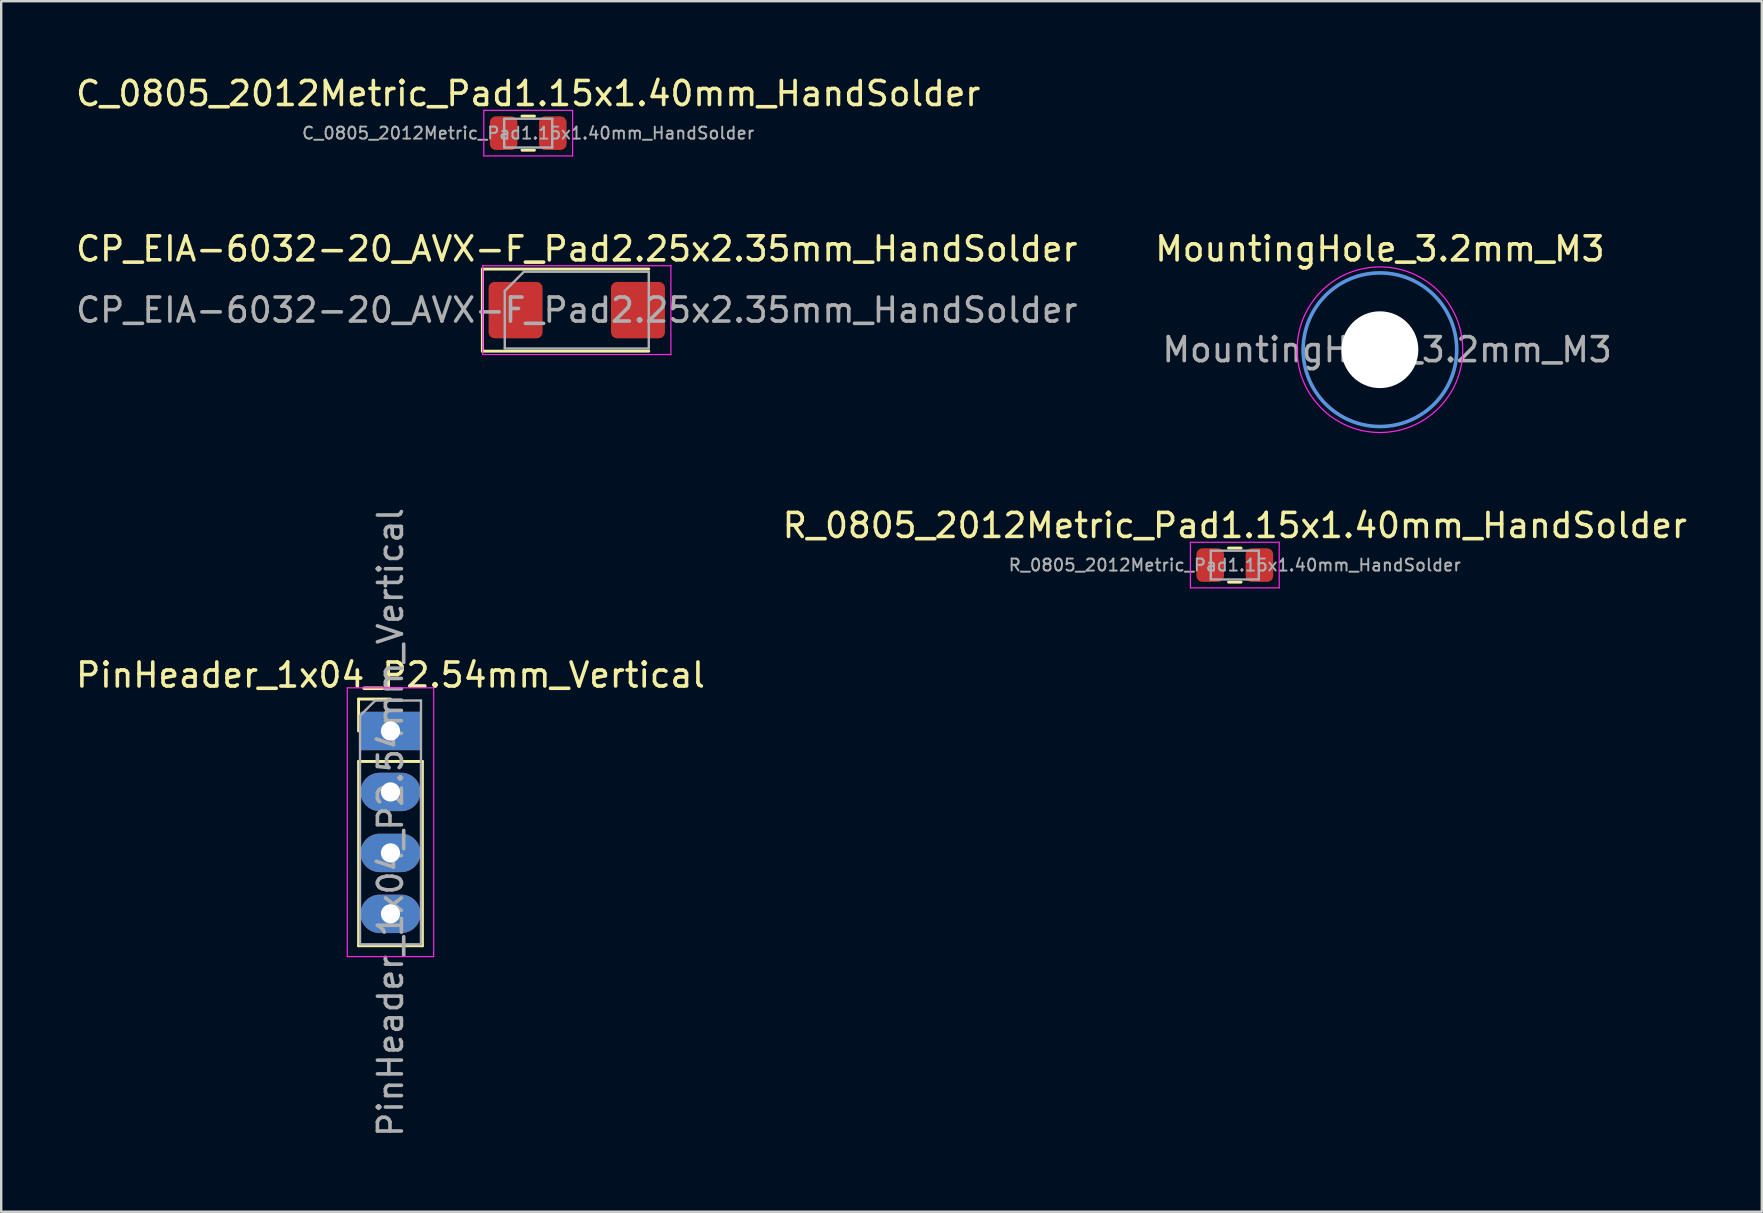
<source format=kicad_pcb>
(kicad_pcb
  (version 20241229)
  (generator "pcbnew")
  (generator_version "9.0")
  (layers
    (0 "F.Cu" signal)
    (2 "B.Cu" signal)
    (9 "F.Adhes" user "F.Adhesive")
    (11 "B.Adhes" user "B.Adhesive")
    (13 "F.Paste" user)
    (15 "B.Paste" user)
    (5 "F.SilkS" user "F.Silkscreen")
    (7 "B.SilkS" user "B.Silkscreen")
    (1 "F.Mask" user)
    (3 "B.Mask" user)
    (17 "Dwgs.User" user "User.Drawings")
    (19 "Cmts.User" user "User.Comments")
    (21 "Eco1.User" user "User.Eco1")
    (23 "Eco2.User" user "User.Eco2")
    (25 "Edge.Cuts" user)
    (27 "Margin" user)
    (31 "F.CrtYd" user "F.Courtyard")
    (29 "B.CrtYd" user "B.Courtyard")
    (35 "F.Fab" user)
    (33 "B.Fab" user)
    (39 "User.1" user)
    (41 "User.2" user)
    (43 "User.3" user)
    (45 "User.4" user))
  (footprint "CP_EIA-6032-20_AVX-F_Pad2.25x2.35mm_HandSolder"
    (layer "F.Cu")
    (at 20.982 9.871)
    (property "Reference" "CP_EIA-6032-20_AVX-F_Pad2.25x2.35mm_HandSolder" (at 0 -2.55 180) (layer "F.SilkS") (effects (font (size 1 1) (thickness 0.15))))
    (attr smd)
    (fp_line (start -3.935 -1.71) (end -3.935 1.71) (stroke (width 0.12) (type solid)) (layer "F.SilkS"))
    (fp_line (start -3.935 1.71) (end 3 1.71) (stroke (width 0.12) (type solid)) (layer "F.SilkS"))
    (fp_line (start 3 -1.71) (end -3.935 -1.71) (stroke (width 0.12) (type solid)) (layer "F.SilkS"))
    (fp_line (start -3.92 -1.85) (end 3.92 -1.85) (stroke (width 0.05) (type solid)) (layer "F.CrtYd"))
    (fp_line (start -3.92 1.85) (end -3.92 -1.85) (stroke (width 0.05) (type solid)) (layer "F.CrtYd"))
    (fp_line (start 3.92 -1.85) (end 3.92 1.85) (stroke (width 0.05) (type solid)) (layer "F.CrtYd"))
    (fp_line (start 3.92 1.85) (end -3.92 1.85) (stroke (width 0.05) (type solid)) (layer "F.CrtYd"))
    (fp_line (start -3 -0.8) (end -3 1.6) (stroke (width 0.1) (type solid)) (layer "F.Fab"))
    (fp_line (start -3 1.6) (end 3 1.6) (stroke (width 0.1) (type solid)) (layer "F.Fab"))
    (fp_line (start -2.2 -1.6) (end -3 -0.8) (stroke (width 0.1) (type solid)) (layer "F.Fab"))
    (fp_line (start 3 -1.6) (end -2.2 -1.6) (stroke (width 0.1) (type solid)) (layer "F.Fab"))
    (fp_line (start 3 1.6) (end 3 -1.6) (stroke (width 0.1) (type solid)) (layer "F.Fab"))
    (fp_text user "${REFERENCE}" (at 0 0 180) (layer "F.Fab") (effects (font (size 1 1) (thickness 0.15))))
    (pad "1" smd roundrect (at -2.55 0) (size 2.25 2.35) (layers "F.Cu" "F.Mask" "F.Paste") (roundrect_rratio 0.111))
    (pad "2" smd roundrect (at 2.55 0) (size 2.25 2.35) (layers "F.Cu" "F.Mask" "F.Paste") (roundrect_rratio 0.111)))
  (footprint "R_0805_2012Metric_Pad1.15x1.40mm_HandSolder"
    (layer "F.Cu")
    (at 48.399 20.495)
    (property "Reference" "R_0805_2012Metric_Pad1.15x1.40mm_HandSolder" (at 0 -1.65 180) (layer "F.SilkS") (effects (font (size 1 1) (thickness 0.15))))
    (attr smd)
    (fp_line (start -0.261 -0.71) (end 0.261 -0.71) (stroke (width 0.12) (type solid)) (layer "F.SilkS"))
    (fp_line (start -0.261 0.71) (end 0.261 0.71) (stroke (width 0.12) (type solid)) (layer "F.SilkS"))
    (fp_line (start -1.85 -0.95) (end 1.85 -0.95) (stroke (width 0.05) (type solid)) (layer "F.CrtYd"))
    (fp_line (start -1.85 0.95) (end -1.85 -0.95) (stroke (width 0.05) (type solid)) (layer "F.CrtYd"))
    (fp_line (start 1.85 -0.95) (end 1.85 0.95) (stroke (width 0.05) (type solid)) (layer "F.CrtYd"))
    (fp_line (start 1.85 0.95) (end -1.85 0.95) (stroke (width 0.05) (type solid)) (layer "F.CrtYd"))
    (fp_line (start -1 -0.6) (end 1 -0.6) (stroke (width 0.1) (type solid)) (layer "F.Fab"))
    (fp_line (start -1 0.6) (end -1 -0.6) (stroke (width 0.1) (type solid)) (layer "F.Fab"))
    (fp_line (start 1 -0.6) (end 1 0.6) (stroke (width 0.1) (type solid)) (layer "F.Fab"))
    (fp_line (start 1 0.6) (end -1 0.6) (stroke (width 0.1) (type solid)) (layer "F.Fab"))
    (fp_text user "${REFERENCE}" (at 0 0 180) (layer "F.Fab") (effects (font (size 0.5 0.5) (thickness 0.08))))
    (pad "1" smd roundrect (at -1.025 0) (size 1.15 1.4) (layers "F.Cu" "F.Mask" "F.Paste") (roundrect_rratio 0.217))
    (pad "2" smd roundrect (at 1.025 0) (size 1.15 1.4) (layers "F.Cu" "F.Mask" "F.Paste") (roundrect_rratio 0.217)))
  (footprint "C_0805_2012Metric_Pad1.15x1.40mm_HandSolder"
    (layer "F.Cu")
    (at 18.958 2.498)
    (property "Reference" "C_0805_2012Metric_Pad1.15x1.40mm_HandSolder" (at 0 -1.65 180) (layer "F.SilkS") (effects (font (size 1 1) (thickness 0.15))))
    (attr smd)
    (fp_line (start -0.261 -0.71) (end 0.261 -0.71) (stroke (width 0.12) (type solid)) (layer "F.SilkS"))
    (fp_line (start -0.261 0.71) (end 0.261 0.71) (stroke (width 0.12) (type solid)) (layer "F.SilkS"))
    (fp_line (start -1.85 -0.95) (end 1.85 -0.95) (stroke (width 0.05) (type solid)) (layer "F.CrtYd"))
    (fp_line (start -1.85 0.95) (end -1.85 -0.95) (stroke (width 0.05) (type solid)) (layer "F.CrtYd"))
    (fp_line (start 1.85 -0.95) (end 1.85 0.95) (stroke (width 0.05) (type solid)) (layer "F.CrtYd"))
    (fp_line (start 1.85 0.95) (end -1.85 0.95) (stroke (width 0.05) (type solid)) (layer "F.CrtYd"))
    (fp_line (start -1 -0.6) (end 1 -0.6) (stroke (width 0.1) (type solid)) (layer "F.Fab"))
    (fp_line (start -1 0.6) (end -1 -0.6) (stroke (width 0.1) (type solid)) (layer "F.Fab"))
    (fp_line (start 1 -0.6) (end 1 0.6) (stroke (width 0.1) (type solid)) (layer "F.Fab"))
    (fp_line (start 1 0.6) (end -1 0.6) (stroke (width 0.1) (type solid)) (layer "F.Fab"))
    (fp_text user "${REFERENCE}" (at 0 0 180) (layer "F.Fab") (effects (font (size 0.5 0.5) (thickness 0.08))))
    (pad "1" smd roundrect (at -1.025 0) (size 1.15 1.4) (layers "F.Cu" "F.Mask" "F.Paste") (roundrect_rratio 0.217))
    (pad "2" smd roundrect (at 1.025 0) (size 1.15 1.4) (layers "F.Cu" "F.Mask" "F.Paste") (roundrect_rratio 0.217)))
  (footprint "PinHeader_1x04_P2.54mm_Vertical"
    (layer "F.Cu")
    (at 13.22 27.407)
    (property "Reference" "PinHeader_1x04_P2.54mm_Vertical" (at 0 -2.33 180) (layer "F.SilkS") (effects (font (size 1 1) (thickness 0.15))))
    (attr through_hole)
    (fp_line (start -1.33 -1.33) (end 0 -1.33) (stroke (width 0.12) (type solid)) (layer "F.SilkS"))
    (fp_line (start -1.33 0) (end -1.33 -1.33) (stroke (width 0.12) (type solid)) (layer "F.SilkS"))
    (fp_line (start -1.33 1.27) (end -1.33 8.95) (stroke (width 0.12) (type solid)) (layer "F.SilkS"))
    (fp_line (start -1.33 1.27) (end 1.33 1.27) (stroke (width 0.12) (type solid)) (layer "F.SilkS"))
    (fp_line (start -1.33 8.95) (end 1.33 8.95) (stroke (width 0.12) (type solid)) (layer "F.SilkS"))
    (fp_line (start 1.33 1.27) (end 1.33 8.95) (stroke (width 0.12) (type solid)) (layer "F.SilkS"))
    (fp_line (start -1.8 -1.8) (end -1.8 9.4) (stroke (width 0.05) (type solid)) (layer "F.CrtYd"))
    (fp_line (start -1.8 9.4) (end 1.8 9.4) (stroke (width 0.05) (type solid)) (layer "F.CrtYd"))
    (fp_line (start 1.8 -1.8) (end -1.8 -1.8) (stroke (width 0.05) (type solid)) (layer "F.CrtYd"))
    (fp_line (start 1.8 9.4) (end 1.8 -1.8) (stroke (width 0.05) (type solid)) (layer "F.CrtYd"))
    (fp_line (start -1.27 -0.635) (end -0.635 -1.27) (stroke (width 0.1) (type solid)) (layer "F.Fab"))
    (fp_line (start -1.27 8.89) (end -1.27 -0.635) (stroke (width 0.1) (type solid)) (layer "F.Fab"))
    (fp_line (start -0.635 -1.27) (end 1.27 -1.27) (stroke (width 0.1) (type solid)) (layer "F.Fab"))
    (fp_line (start 1.27 -1.27) (end 1.27 8.89) (stroke (width 0.1) (type solid)) (layer "F.Fab"))
    (fp_line (start 1.27 8.89) (end -1.27 8.89) (stroke (width 0.1) (type solid)) (layer "F.Fab"))
    (fp_text user "${REFERENCE}" (at 0 3.81 90) (layer "F.Fab") (effects (font (size 1 1) (thickness 0.15))))
    (pad "1" thru_hole rect (at 0 0) (size 2.5 1.6) (drill 0.8) (layers "*.Cu" "*.Mask"))
    (pad "2" thru_hole oval (at 0 2.54) (size 2.5 1.6) (drill 0.8) (layers "*.Cu" "*.Mask"))
    (pad "3" thru_hole oval (at 0 5.08) (size 2.5 1.6) (drill 0.8) (layers "*.Cu" "*.Mask"))
    (pad "4" thru_hole oval (at 0 7.62) (size 2.5 1.6) (drill 0.8) (layers "*.Cu" "*.Mask")))
  (footprint "MountingHole_3.2mm_M3"
    (layer "F.Cu")
    (at 54.446 11.521)
    (property "Reference" "MountingHole_3.2mm_M3" (at 0 -4.2 0) (layer "F.SilkS") (effects (font (size 1 1) (thickness 0.15))))
    (attr exclude_from_pos_files exclude_from_bom)
    (fp_circle (center 0 0) (end 3.2 0) (stroke (width 0.15) (type solid)) (fill no) (layer "Cmts.User"))
    (fp_circle (center 0 0) (end 3.45 0) (stroke (width 0.05) (type solid)) (fill no) (layer "F.CrtYd"))
    (fp_text user "${REFERENCE}" (at 0.3 0 0) (layer "F.Fab") (effects (font (size 1 1) (thickness 0.15))))
    (pad "" np_thru_hole circle (at 0 0) (size 3.2 3.2) (drill 3.2) (layers "*.Cu" "*.Mask")))
  (gr_rect
    (start -3 -3)
    (end 70.357 47.437)
    (stroke (width 0.1) (type default))
    (fill no)
    (layer "Edge.Cuts")))
</source>
